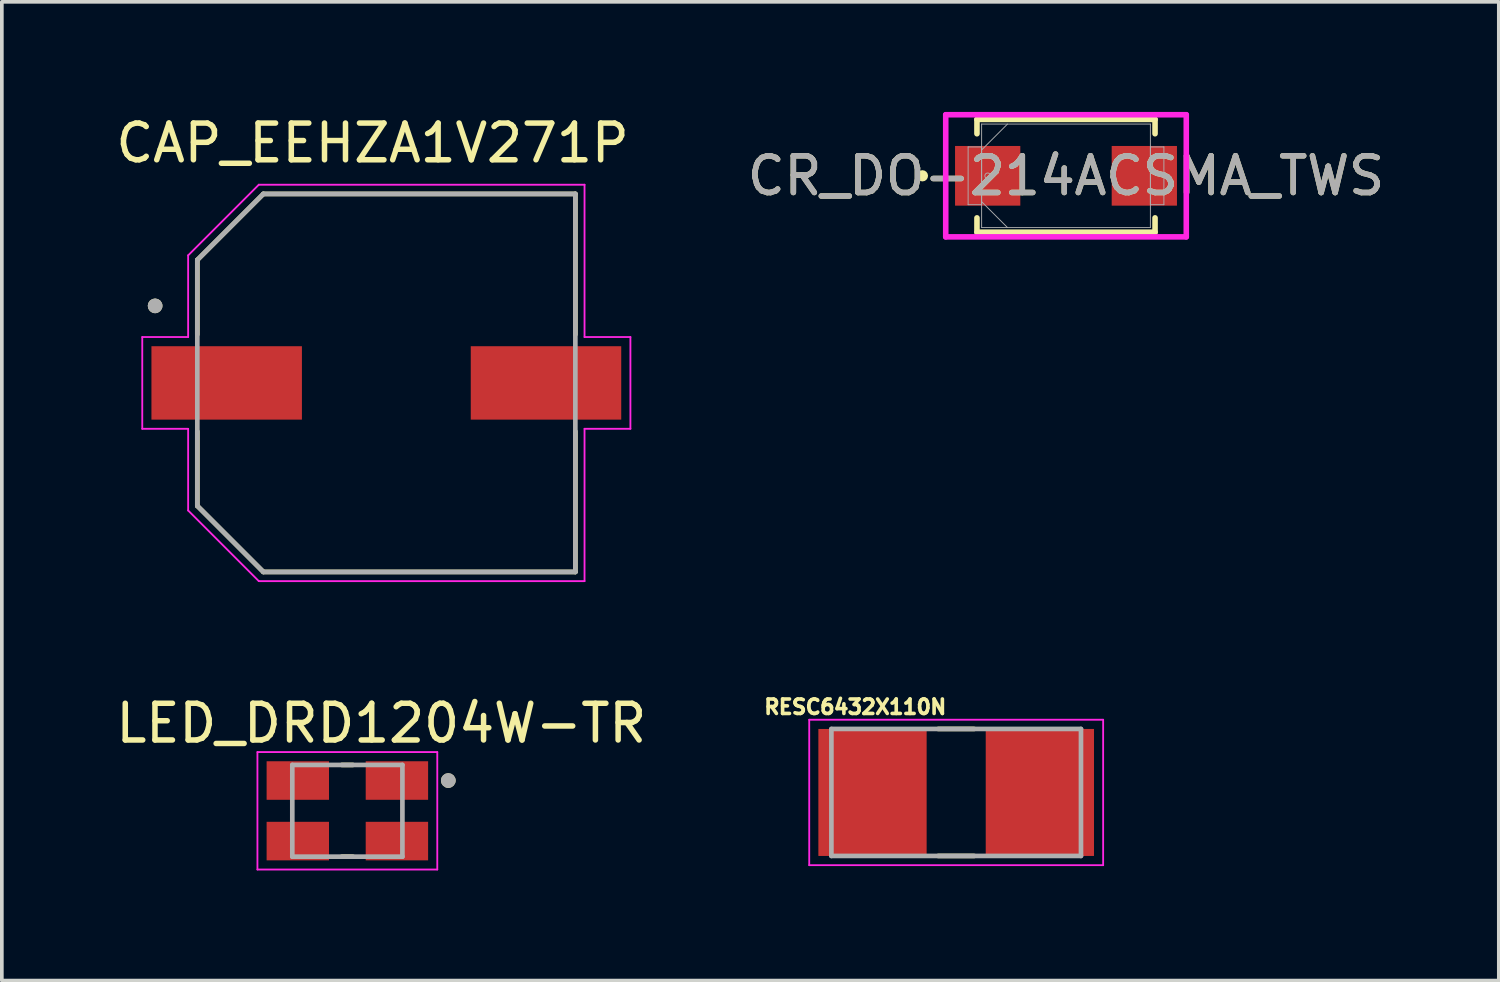
<source format=kicad_pcb>
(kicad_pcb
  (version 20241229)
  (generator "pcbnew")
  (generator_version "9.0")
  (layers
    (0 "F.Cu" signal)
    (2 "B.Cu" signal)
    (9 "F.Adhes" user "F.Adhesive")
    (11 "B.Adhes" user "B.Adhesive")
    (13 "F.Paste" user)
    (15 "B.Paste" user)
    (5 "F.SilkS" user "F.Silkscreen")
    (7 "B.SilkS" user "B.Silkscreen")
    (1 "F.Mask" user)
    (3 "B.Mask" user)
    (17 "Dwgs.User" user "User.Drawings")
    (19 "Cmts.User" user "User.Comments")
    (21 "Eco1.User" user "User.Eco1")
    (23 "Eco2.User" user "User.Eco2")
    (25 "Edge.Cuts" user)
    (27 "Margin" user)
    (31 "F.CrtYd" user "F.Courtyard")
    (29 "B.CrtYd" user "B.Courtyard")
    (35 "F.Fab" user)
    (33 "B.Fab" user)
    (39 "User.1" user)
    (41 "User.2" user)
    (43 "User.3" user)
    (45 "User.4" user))
  (footprint "RESC6432X110N"
    (layer "F.Cu")
    (at 23.002 18.541)
    (property "Reference" "RESC6432X110N" (at -2.75 -2.33 0) (layer "F.SilkS") (effects (font (size 0.394 0.394) (thickness 0.15))))
    (attr smd)
    (fp_line (start -0.49 -1.73) (end 0.49 -1.73) (stroke (width 0.127) (type solid)) (layer "F.SilkS"))
    (fp_line (start -0.49 1.73) (end 0.49 1.73) (stroke (width 0.127) (type solid)) (layer "F.SilkS"))
    (fp_line (start -4.004 -1.981) (end 4.004 -1.981) (stroke (width 0.05) (type solid)) (layer "F.CrtYd"))
    (fp_line (start -4.004 1.981) (end -4.004 -1.981) (stroke (width 0.05) (type solid)) (layer "F.CrtYd"))
    (fp_line (start -4.004 1.981) (end 4.004 1.981) (stroke (width 0.05) (type solid)) (layer "F.CrtYd"))
    (fp_line (start 4.004 1.981) (end 4.004 -1.981) (stroke (width 0.05) (type solid)) (layer "F.CrtYd"))
    (fp_line (start -3.4 1.73) (end -3.4 -1.73) (stroke (width 0.127) (type solid)) (layer "F.Fab"))
    (fp_line (start 3.4 -1.73) (end -3.4 -1.73) (stroke (width 0.127) (type solid)) (layer "F.Fab"))
    (fp_line (start 3.4 1.73) (end -3.4 1.73) (stroke (width 0.127) (type solid)) (layer "F.Fab"))
    (fp_line (start 3.4 1.73) (end 3.4 -1.73) (stroke (width 0.127) (type solid)) (layer "F.Fab"))
    (pad "1" smd rect (at -2.28 0) (size 2.95 3.46) (layers "F.Cu" "F.Mask" "F.Paste"))
    (pad "2" smd rect (at 2.28 0) (size 2.95 3.46) (layers "F.Cu" "F.Mask" "F.Paste")))
  (footprint "CAP_EEHZA1V271P"
    (layer "F.Cu")
    (at 7.476 7.383)
    (property "Reference" "CAP_EEHZA1V271P" (at -0.375 -6.535 0) (layer "F.SilkS") (effects (font (size 1 1) (thickness 0.15))))
    (attr smd)
    (fp_line (start -5.15 -3.35) (end -5.15 -1.32) (stroke (width 0.127) (type solid)) (layer "F.SilkS"))
    (fp_line (start -5.15 1.32) (end -5.15 3.35) (stroke (width 0.127) (type solid)) (layer "F.SilkS"))
    (fp_line (start -5.15 3.35) (end -3.35 5.15) (stroke (width 0.127) (type solid)) (layer "F.SilkS"))
    (fp_line (start -3.35 -5.15) (end -5.15 -3.35) (stroke (width 0.127) (type solid)) (layer "F.SilkS"))
    (fp_line (start -3.35 5.15) (end 5.15 5.15) (stroke (width 0.127) (type solid)) (layer "F.SilkS"))
    (fp_line (start 5.15 -5.15) (end -3.35 -5.15) (stroke (width 0.127) (type solid)) (layer "F.SilkS"))
    (fp_line (start 5.15 -1.32) (end 5.15 -5.15) (stroke (width 0.127) (type solid)) (layer "F.SilkS"))
    (fp_line (start 5.15 5.15) (end 5.15 1.32) (stroke (width 0.127) (type solid)) (layer "F.SilkS"))
    (fp_circle (center -6.3 -2.1) (end -6.2 -2.1) (stroke (width 0.2) (type solid)) (fill no) (layer "F.SilkS"))
    (fp_line (start -6.65 -1.25) (end -5.4 -1.25) (stroke (width 0.05) (type solid)) (layer "F.CrtYd"))
    (fp_line (start -6.65 1.25) (end -6.65 -1.25) (stroke (width 0.05) (type solid)) (layer "F.CrtYd"))
    (fp_line (start -5.4 -3.475) (end -3.475 -5.4) (stroke (width 0.05) (type solid)) (layer "F.CrtYd"))
    (fp_line (start -5.4 -1.25) (end -5.4 -3.475) (stroke (width 0.05) (type solid)) (layer "F.CrtYd"))
    (fp_line (start -5.4 1.25) (end -6.65 1.25) (stroke (width 0.05) (type solid)) (layer "F.CrtYd"))
    (fp_line (start -5.4 3.475) (end -5.4 1.25) (stroke (width 0.05) (type solid)) (layer "F.CrtYd"))
    (fp_line (start -3.475 -5.4) (end 5.4 -5.4) (stroke (width 0.05) (type solid)) (layer "F.CrtYd"))
    (fp_line (start -3.475 5.4) (end -5.4 3.475) (stroke (width 0.05) (type solid)) (layer "F.CrtYd"))
    (fp_line (start 5.4 -5.4) (end 5.4 -1.25) (stroke (width 0.05) (type solid)) (layer "F.CrtYd"))
    (fp_line (start 5.4 -1.25) (end 6.65 -1.25) (stroke (width 0.05) (type solid)) (layer "F.CrtYd"))
    (fp_line (start 5.4 1.25) (end 5.4 5.4) (stroke (width 0.05) (type solid)) (layer "F.CrtYd"))
    (fp_line (start 5.4 5.4) (end -3.475 5.4) (stroke (width 0.05) (type solid)) (layer "F.CrtYd"))
    (fp_line (start 6.65 -1.25) (end 6.65 1.25) (stroke (width 0.05) (type solid)) (layer "F.CrtYd"))
    (fp_line (start 6.65 1.25) (end 5.4 1.25) (stroke (width 0.05) (type solid)) (layer "F.CrtYd"))
    (fp_line (start -5.15 -3.35) (end -5.15 3.35) (stroke (width 0.127) (type solid)) (layer "F.Fab"))
    (fp_line (start -5.15 3.35) (end -3.35 5.15) (stroke (width 0.127) (type solid)) (layer "F.Fab"))
    (fp_line (start -3.35 -5.15) (end -5.15 -3.35) (stroke (width 0.127) (type solid)) (layer "F.Fab"))
    (fp_line (start -3.35 5.15) (end 5.15 5.15) (stroke (width 0.127) (type solid)) (layer "F.Fab"))
    (fp_line (start 5.15 -5.15) (end -3.35 -5.15) (stroke (width 0.127) (type solid)) (layer "F.Fab"))
    (fp_line (start 5.15 5.15) (end 5.15 -5.15) (stroke (width 0.127) (type solid)) (layer "F.Fab"))
    (fp_circle (center -6.3 -2.1) (end -6.2 -2.1) (stroke (width 0.2) (type solid)) (fill no) (layer "F.Fab"))
    (pad "1" smd rect (at -4.35 0) (size 4.1 2) (layers "F.Cu" "F.Mask" "F.Paste"))
    (pad "2" smd rect (at 4.35 0) (size 4.1 2) (layers "F.Cu" "F.Mask" "F.Paste")))
  (footprint "CR_DO-214ACSMA_TWS"
    (layer "F.Cu")
    (at 25.994 1.74)
    (property "Reference" "CR_DO-214ACSMA_TWS" (at 0 0 0) (unlocked yes) (layer "F.SilkS") (effects (font (size 1 1) (thickness 0.15))))
    (attr smd)
    (fp_line (start -2.426 -1.537) (end -2.426 -1.146) (stroke (width 0.152) (type solid)) (layer "F.SilkS"))
    (fp_line (start -2.426 1.146) (end -2.426 1.537) (stroke (width 0.152) (type solid)) (layer "F.SilkS"))
    (fp_line (start -2.426 1.537) (end 2.426 1.537) (stroke (width 0.152) (type solid)) (layer "F.SilkS"))
    (fp_line (start 2.426 -1.537) (end -2.426 -1.537) (stroke (width 0.152) (type solid)) (layer "F.SilkS"))
    (fp_line (start 2.426 -1.146) (end 2.426 -1.537) (stroke (width 0.152) (type solid)) (layer "F.SilkS"))
    (fp_line (start 2.426 1.537) (end 2.426 1.146) (stroke (width 0.152) (type solid)) (layer "F.SilkS"))
    (fp_circle (center -3.912 0) (end -3.835 0) (stroke (width 0.152) (type solid)) (fill no) (layer "F.SilkS"))
    (fp_line (start -3.277 -1.664) (end 3.277 -1.664) (stroke (width 0.152) (type solid)) (layer "F.CrtYd"))
    (fp_line (start -3.277 1.664) (end -3.277 -1.664) (stroke (width 0.152) (type solid)) (layer "F.CrtYd"))
    (fp_line (start 3.277 -1.664) (end 3.277 1.664) (stroke (width 0.152) (type solid)) (layer "F.CrtYd"))
    (fp_line (start 3.277 1.664) (end -3.277 1.664) (stroke (width 0.152) (type solid)) (layer "F.CrtYd"))
    (fp_line (start -2.667 -0.787) (end -2.667 0.787) (stroke (width 0.025) (type solid)) (layer "F.Fab"))
    (fp_line (start -2.667 0.787) (end -2.299 0.787) (stroke (width 0.025) (type solid)) (layer "F.Fab"))
    (fp_line (start -2.299 -1.41) (end -2.299 1.41) (stroke (width 0.025) (type solid)) (layer "F.Fab"))
    (fp_line (start -2.299 -0.787) (end -2.667 -0.787) (stroke (width 0.025) (type solid)) (layer "F.Fab"))
    (fp_line (start -2.299 -0.705) (end -1.594 -1.41) (stroke (width 0.025) (type solid)) (layer "F.Fab"))
    (fp_line (start -2.299 0.705) (end -1.594 1.41) (stroke (width 0.025) (type solid)) (layer "F.Fab"))
    (fp_line (start -2.299 0.787) (end -2.299 -0.787) (stroke (width 0.025) (type solid)) (layer "F.Fab"))
    (fp_line (start -2.299 1.41) (end 2.299 1.41) (stroke (width 0.025) (type solid)) (layer "F.Fab"))
    (fp_line (start 2.299 -1.41) (end -2.299 -1.41) (stroke (width 0.025) (type solid)) (layer "F.Fab"))
    (fp_line (start 2.299 -0.787) (end 2.299 0.787) (stroke (width 0.025) (type solid)) (layer "F.Fab"))
    (fp_line (start 2.299 0.787) (end 2.667 0.787) (stroke (width 0.025) (type solid)) (layer "F.Fab"))
    (fp_line (start 2.299 1.41) (end 2.299 -1.41) (stroke (width 0.025) (type solid)) (layer "F.Fab"))
    (fp_line (start 2.667 -0.787) (end 2.299 -0.787) (stroke (width 0.025) (type solid)) (layer "F.Fab"))
    (fp_line (start 2.667 0.787) (end 2.667 -0.787) (stroke (width 0.025) (type solid)) (layer "F.Fab"))
    (fp_circle (center -2.134 0) (end -2.057 0) (stroke (width 0.025) (type solid)) (fill no) (layer "F.Fab"))
    (fp_text user "${REFERENCE}" (at 0 0 0) (unlocked yes) (layer "F.Fab") (effects (font (size 1 1) (thickness 0.15))))
    (pad "1" smd rect (at -2.134 0) (size 1.778 1.626) (layers "F.Cu" "F.Mask" "F.Paste"))
    (pad "2" smd rect (at 2.134 0) (size 1.778 1.626) (layers "F.Cu" "F.Mask" "F.Paste"))
    (zone (net_name "") (layer "F.Cu") (hatch full 0.508) (connect_pads) (min_thickness 0.254) (filled_areas_thickness no) (keepout (tracks not_allowed) (vias not_allowed) (pads allowed) (copperpour not_allowed) (footprints allowed)) (placement (enabled no)) (fill) (polygon (pts (xy 24.8 0.381) (xy 27.188 0.381) (xy 27.188 3.099) (xy 24.8 3.099)))))
  (footprint "LED_DRD1204W-TR"
    (layer "F.Cu")
    (at 6.414 19.041)
    (property "Reference" "LED_DRD1204W-TR" (at 0.925 -2.385 0) (layer "F.SilkS") (effects (font (size 1 1) (thickness 0.15))))
    (attr smd)
    (fp_line (start -0.15 -1.25) (end 0.15 -1.25) (stroke (width 0.127) (type solid)) (layer "F.SilkS"))
    (fp_line (start 0.15 1.25) (end -0.15 1.25) (stroke (width 0.127) (type solid)) (layer "F.SilkS"))
    (fp_circle (center 2.75 -0.825) (end 2.85 -0.825) (stroke (width 0.2) (type solid)) (fill no) (layer "F.SilkS"))
    (fp_line (start -2.45 -1.6) (end -2.45 1.6) (stroke (width 0.05) (type solid)) (layer "F.CrtYd"))
    (fp_line (start -2.45 1.6) (end 2.45 1.6) (stroke (width 0.05) (type solid)) (layer "F.CrtYd"))
    (fp_line (start 2.45 -1.6) (end -2.45 -1.6) (stroke (width 0.05) (type solid)) (layer "F.CrtYd"))
    (fp_line (start 2.45 1.6) (end 2.45 -1.6) (stroke (width 0.05) (type solid)) (layer "F.CrtYd"))
    (fp_line (start -1.5 -1.25) (end 1.5 -1.25) (stroke (width 0.127) (type solid)) (layer "F.Fab"))
    (fp_line (start -1.5 1.25) (end -1.5 -1.25) (stroke (width 0.127) (type solid)) (layer "F.Fab"))
    (fp_line (start 1.5 -1.25) (end 1.5 1.25) (stroke (width 0.127) (type solid)) (layer "F.Fab"))
    (fp_line (start 1.5 1.25) (end -1.5 1.25) (stroke (width 0.127) (type solid)) (layer "F.Fab"))
    (fp_circle (center 2.75 -0.825) (end 2.85 -0.825) (stroke (width 0.2) (type solid)) (fill no) (layer "F.Fab"))
    (pad "1" smd rect (at 1.35 -0.825) (size 1.7 1.05) (layers "F.Cu" "F.Mask" "F.Paste"))
    (pad "2" smd rect (at -1.35 -0.825) (size 1.7 1.05) (layers "F.Cu" "F.Mask" "F.Paste"))
    (pad "3" smd rect (at 1.35 0.825) (size 1.7 1.05) (layers "F.Cu" "F.Mask" "F.Paste"))
    (pad "4" smd rect (at -1.35 0.825) (size 1.7 1.05) (layers "F.Cu" "F.Mask" "F.Paste")))
  (gr_rect
    (start -3 -3)
    (end 37.786 23.666)
    (stroke (width 0.1) (type default))
    (fill no)
    (layer "Edge.Cuts")))
</source>
